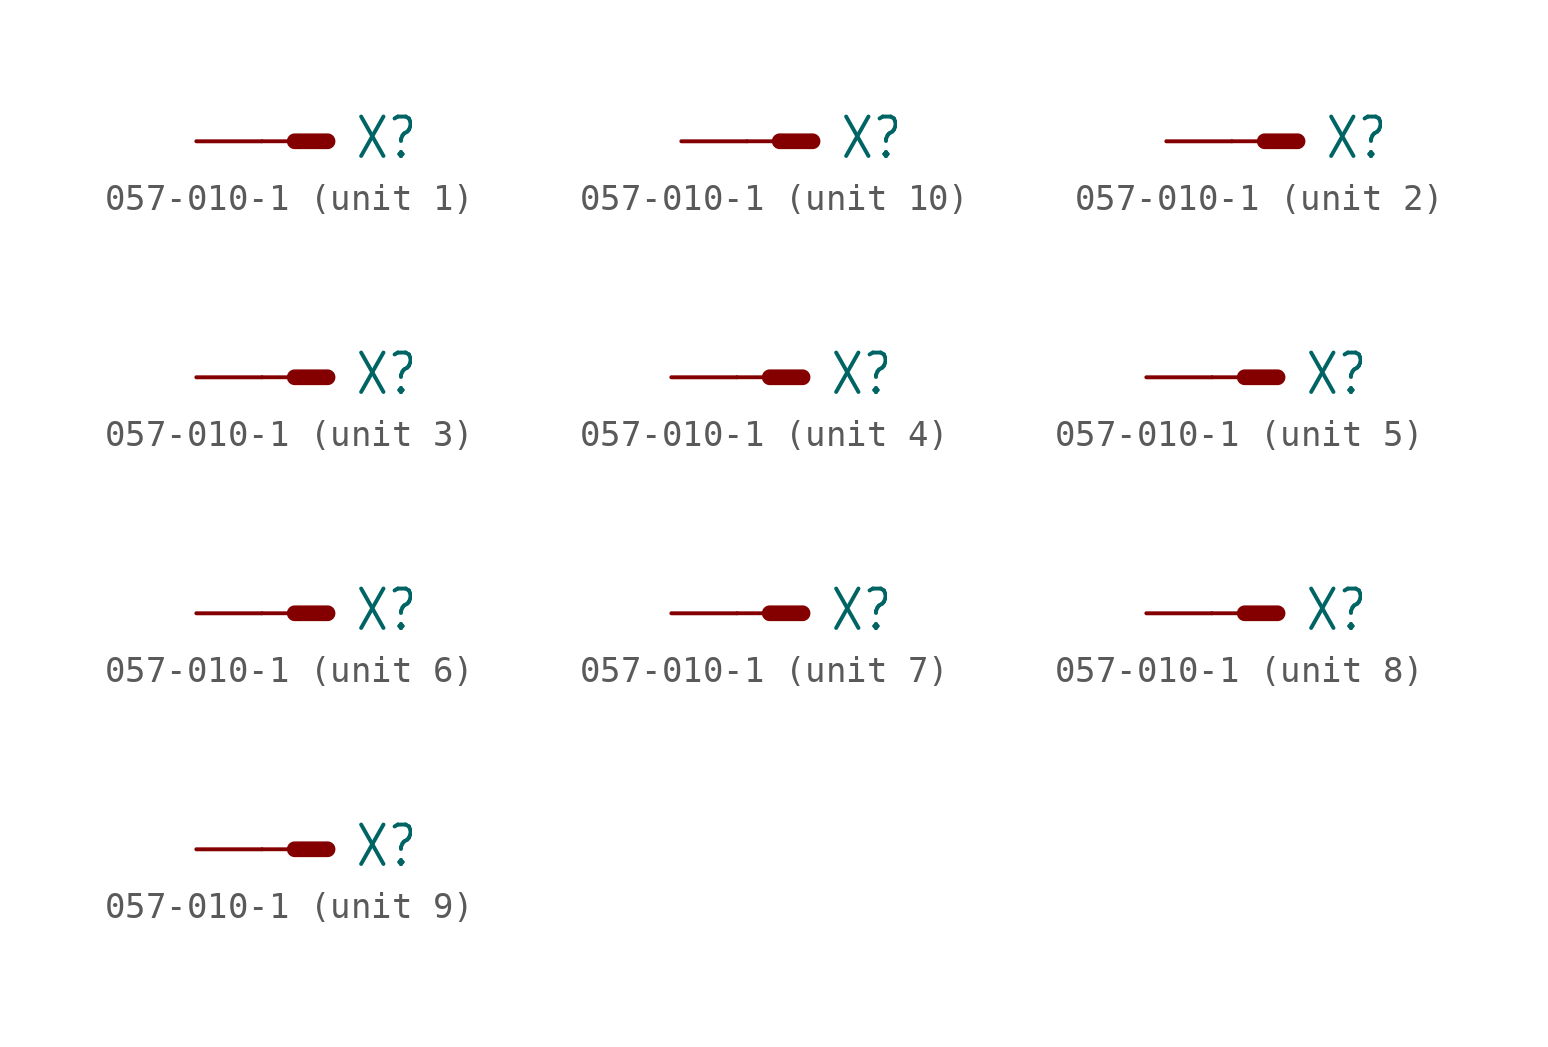
<source format=kicad_sym>
(kicad_symbol_lib
  (version 20210619)
  (generator kicad_symbol_editor)
  (symbol "057-010-1"
    (property "Reference" "X"
      (at 1.016 -0.762 0)
      (effects (font (size 1.524 1.295)) (justify left bottom)))
    (property "ki_locked" ""
      (at 0 0 0)
      (effects (font (size 1.27 1.27))))
    (symbol "057-010-1_1_0"
      (polyline (pts (xy -2.54 0) (xy -1.27 0)) (stroke (width 0.152)) (fill (type none)))
      (polyline (pts (xy 0 0) (xy -1.27 0)) (stroke (width 0.61)) (fill (type none)))
      (pin passive line (at -5.08 0 0) (length 2.54) (name "S" (effects (font (size 0 0)))) (number "1" (effects (font (size 0 0))))))
    (symbol "057-010-1_2_0"
      (polyline (pts (xy -2.54 0) (xy -1.27 0)) (stroke (width 0.152)) (fill (type none)))
      (polyline (pts (xy 0 0) (xy -1.27 0)) (stroke (width 0.61)) (fill (type none)))
      (pin passive line (at -5.08 0 0) (length 2.54) (name "S" (effects (font (size 0 0)))) (number "2" (effects (font (size 0 0))))))
    (symbol "057-010-1_3_0"
      (polyline (pts (xy -2.54 0) (xy -1.27 0)) (stroke (width 0.152)) (fill (type none)))
      (polyline (pts (xy 0 0) (xy -1.27 0)) (stroke (width 0.61)) (fill (type none)))
      (pin passive line (at -5.08 0 0) (length 2.54) (name "S" (effects (font (size 0 0)))) (number "3" (effects (font (size 0 0))))))
    (symbol "057-010-1_4_0"
      (polyline (pts (xy -2.54 0) (xy -1.27 0)) (stroke (width 0.152)) (fill (type none)))
      (polyline (pts (xy 0 0) (xy -1.27 0)) (stroke (width 0.61)) (fill (type none)))
      (pin passive line (at -5.08 0 0) (length 2.54) (name "S" (effects (font (size 0 0)))) (number "4" (effects (font (size 0 0))))))
    (symbol "057-010-1_5_0"
      (polyline (pts (xy -2.54 0) (xy -1.27 0)) (stroke (width 0.152)) (fill (type none)))
      (polyline (pts (xy 0 0) (xy -1.27 0)) (stroke (width 0.61)) (fill (type none)))
      (pin passive line (at -5.08 0 0) (length 2.54) (name "S" (effects (font (size 0 0)))) (number "5" (effects (font (size 0 0))))))
    (symbol "057-010-1_6_0"
      (polyline (pts (xy -2.54 0) (xy -1.27 0)) (stroke (width 0.152)) (fill (type none)))
      (polyline (pts (xy 0 0) (xy -1.27 0)) (stroke (width 0.61)) (fill (type none)))
      (pin passive line (at -5.08 0 0) (length 2.54) (name "S" (effects (font (size 0 0)))) (number "6" (effects (font (size 0 0))))))
    (symbol "057-010-1_7_0"
      (polyline (pts (xy -2.54 0) (xy -1.27 0)) (stroke (width 0.152)) (fill (type none)))
      (polyline (pts (xy 0 0) (xy -1.27 0)) (stroke (width 0.61)) (fill (type none)))
      (pin passive line (at -5.08 0 0) (length 2.54) (name "S" (effects (font (size 0 0)))) (number "7" (effects (font (size 0 0))))))
    (symbol "057-010-1_8_0"
      (polyline (pts (xy -2.54 0) (xy -1.27 0)) (stroke (width 0.152)) (fill (type none)))
      (polyline (pts (xy 0 0) (xy -1.27 0)) (stroke (width 0.61)) (fill (type none)))
      (pin passive line (at -5.08 0 0) (length 2.54) (name "S" (effects (font (size 0 0)))) (number "8" (effects (font (size 0 0))))))
    (symbol "057-010-1_9_0"
      (polyline (pts (xy -2.54 0) (xy -1.27 0)) (stroke (width 0.152)) (fill (type none)))
      (polyline (pts (xy 0 0) (xy -1.27 0)) (stroke (width 0.61)) (fill (type none)))
      (pin passive line (at -5.08 0 0) (length 2.54) (name "S" (effects (font (size 0 0)))) (number "9" (effects (font (size 0 0))))))
    (symbol "057-010-1_10_0"
      (polyline (pts (xy -2.54 0) (xy -1.27 0)) (stroke (width 0.152)) (fill (type none)))
      (polyline (pts (xy 0 0) (xy -1.27 0)) (stroke (width 0.61)) (fill (type none)))
      (pin passive line (at -5.08 0 0) (length 2.54) (name "S" (effects (font (size 0 0)))) (number "10" (effects (font (size 0 0))))))))
</source>
